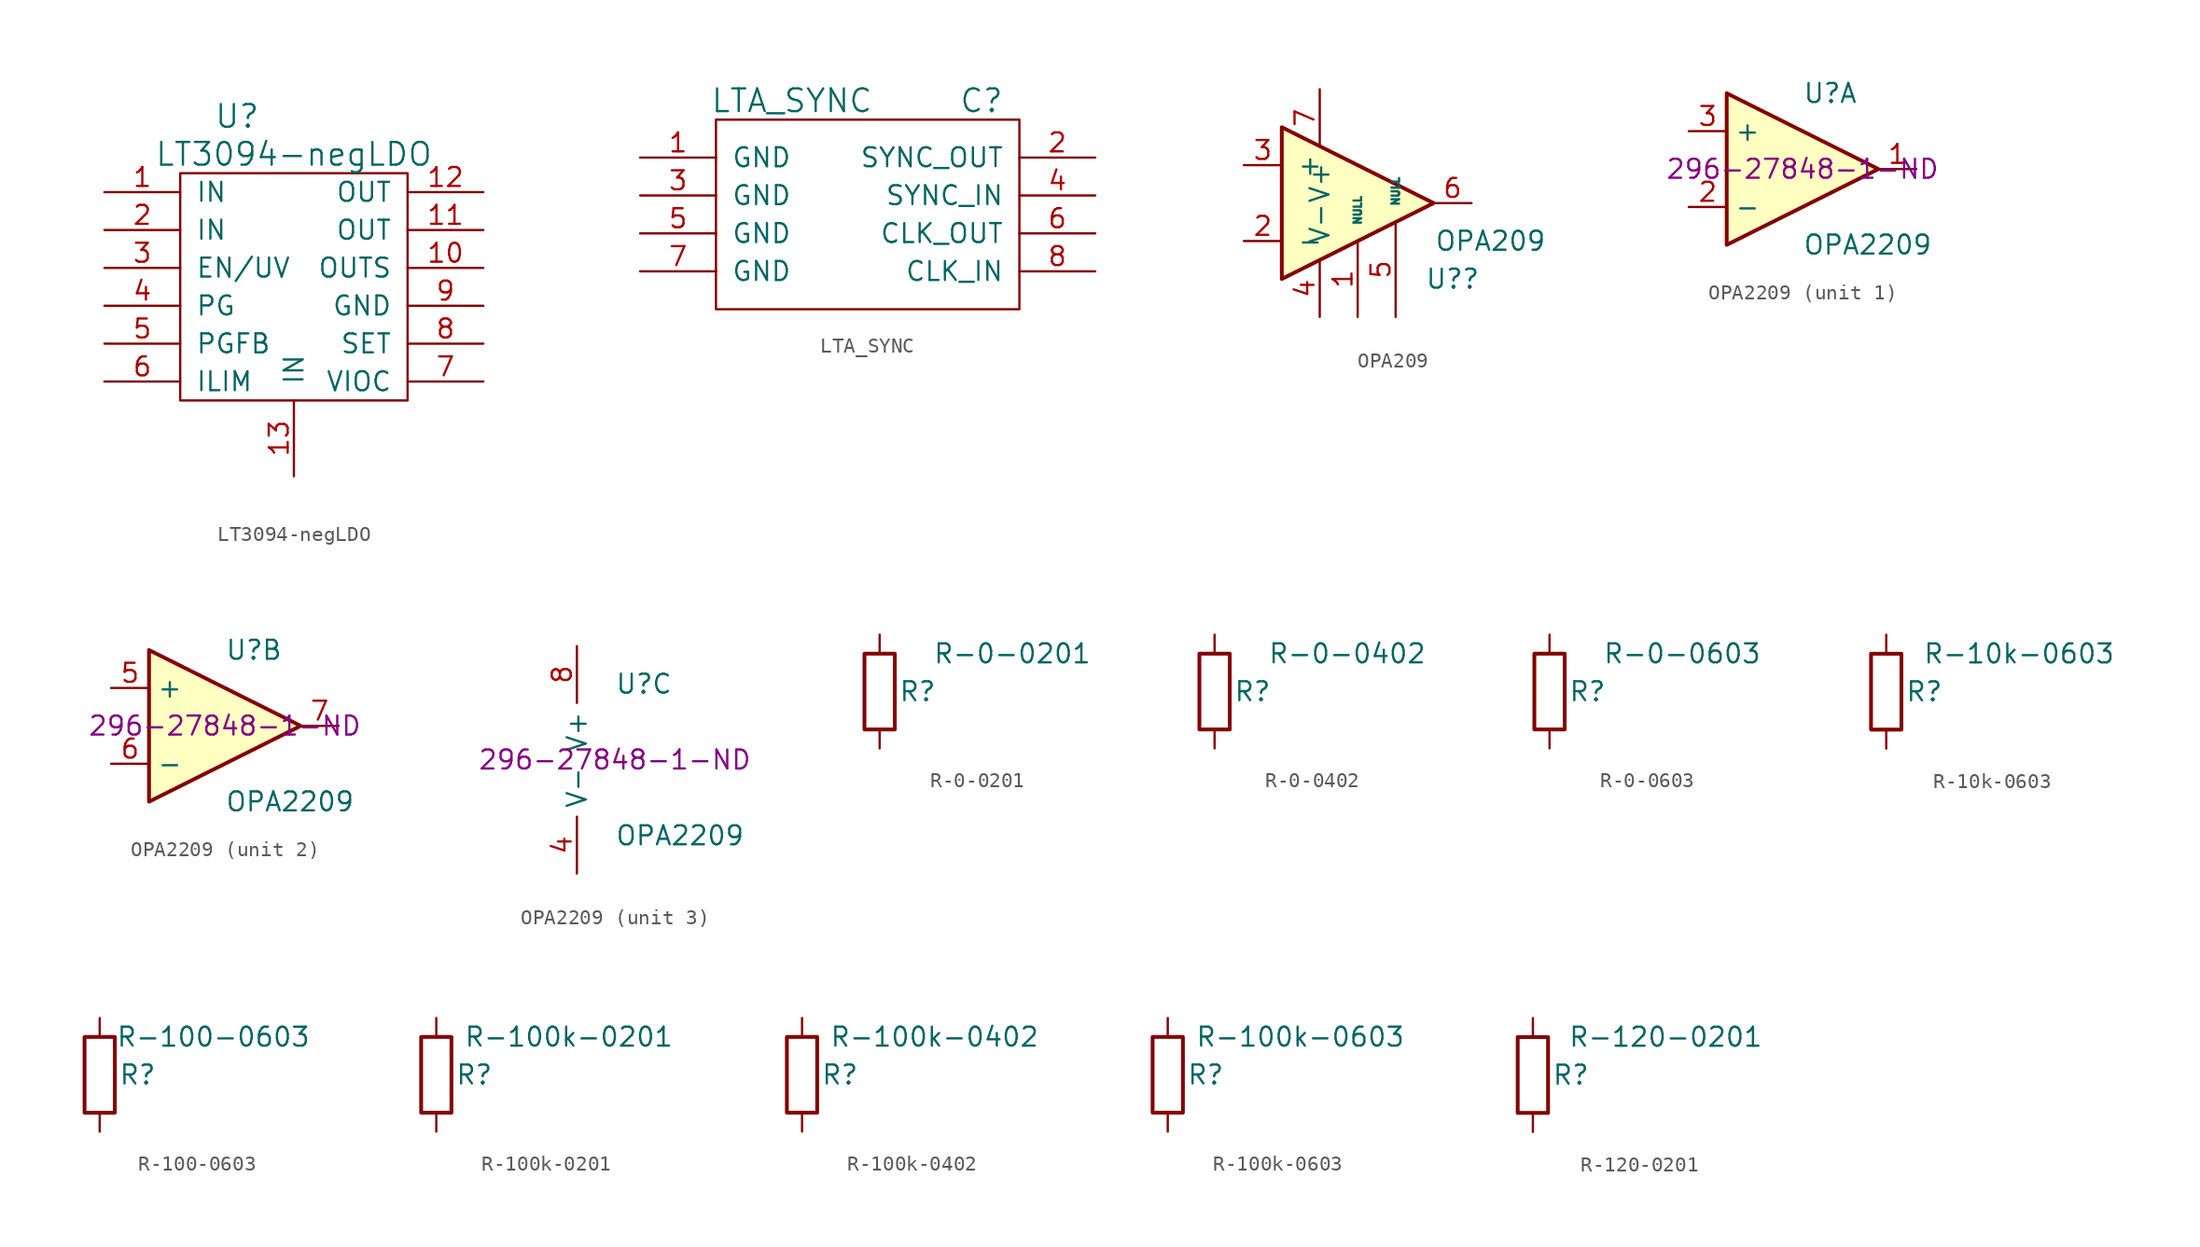
<source format=kicad_sym>
(kicad_symbol_lib
  (version 20220914)
  (generator kicad_symbol_editor)
  (symbol "LT3094-negLDO"
    (pin_names
      (offset 1.016))
    (property "Reference" "U"
      (at 8.89 5.08 0)
      (effects (font (size 1.524 1.524))))
    (property "Value" "LT3094-negLDO"
      (at 12.7 2.54 0)
      (effects (font (size 1.524 1.524))))
    (symbol "LT3094-negLDO_0_1"
      (rectangle (start 5.08 1.27) (end 20.32 -13.97) (stroke (width 0) (type default)) (fill (type none))))
    (symbol "LT3094-negLDO_1_1"
      (pin input line (at 0 0 0) (length 5.08) (name "IN" (effects (font (size 1.27 1.27)))) (number "1" (effects (font (size 1.27 1.27)))))
      (pin bidirectional line (at 25.4 -5.08 180) (length 5.08) (name "OUTS" (effects (font (size 1.27 1.27)))) (number "10" (effects (font (size 1.27 1.27)))))
      (pin output line (at 25.4 -2.54 180) (length 5.08) (name "OUT" (effects (font (size 1.27 1.27)))) (number "11" (effects (font (size 1.27 1.27)))))
      (pin output line (at 25.4 0 180) (length 5.08) (name "OUT" (effects (font (size 1.27 1.27)))) (number "12" (effects (font (size 1.27 1.27)))))
      (pin bidirectional line (at 12.7 -19.05 90) (length 5.08) (name "IN" (effects (font (size 1.27 1.27)))) (number "13" (effects (font (size 1.27 1.27)))))
      (pin input line (at 0 -2.54 0) (length 5.08) (name "IN" (effects (font (size 1.27 1.27)))) (number "2" (effects (font (size 1.27 1.27)))))
      (pin bidirectional line (at 0 -5.08 0) (length 5.08) (name "EN/UV" (effects (font (size 1.27 1.27)))) (number "3" (effects (font (size 1.27 1.27)))))
      (pin bidirectional line (at 0 -7.62 0) (length 5.08) (name "PG" (effects (font (size 1.27 1.27)))) (number "4" (effects (font (size 1.27 1.27)))))
      (pin bidirectional line (at 0 -10.16 0) (length 5.08) (name "PGFB" (effects (font (size 1.27 1.27)))) (number "5" (effects (font (size 1.27 1.27)))))
      (pin bidirectional line (at 0 -12.7 0) (length 5.08) (name "ILIM" (effects (font (size 1.27 1.27)))) (number "6" (effects (font (size 1.27 1.27)))))
      (pin bidirectional line (at 25.4 -12.7 180) (length 5.08) (name "VIOC" (effects (font (size 1.27 1.27)))) (number "7" (effects (font (size 1.27 1.27)))))
      (pin bidirectional line (at 25.4 -10.16 180) (length 5.08) (name "SET" (effects (font (size 1.27 1.27)))) (number "8" (effects (font (size 1.27 1.27)))))
      (pin bidirectional line (at 25.4 -7.62 180) (length 5.08) (name "GND" (effects (font (size 1.27 1.27)))) (number "9" (effects (font (size 1.27 1.27)))))))
  (symbol "LTA_SYNC"
    (pin_names
      (offset 1.016))
    (property "Reference" "C"
      (at 7.62 7.62 0)
      (effects (font (size 1.524 1.524))))
    (property "Value" "LTA_SYNC"
      (at -5.08 7.62 0)
      (effects (font (size 1.524 1.524))))
    (symbol "LTA_SYNC_0_1"
      (rectangle (start -10.16 6.35) (end 10.16 -6.35) (stroke (width 0) (type default)) (fill (type none))))
    (symbol "LTA_SYNC_1_1"
      (pin input line (at -15.24 3.81 0) (length 5.08) (name "GND" (effects (font (size 1.27 1.27)))) (number "1" (effects (font (size 1.27 1.27)))))
      (pin input line (at 15.24 3.81 180) (length 5.08) (name "SYNC_OUT" (effects (font (size 1.27 1.27)))) (number "2" (effects (font (size 1.27 1.27)))))
      (pin input line (at -15.24 1.27 0) (length 5.08) (name "GND" (effects (font (size 1.27 1.27)))) (number "3" (effects (font (size 1.27 1.27)))))
      (pin input line (at 15.24 1.27 180) (length 5.08) (name "SYNC_IN" (effects (font (size 1.27 1.27)))) (number "4" (effects (font (size 1.27 1.27)))))
      (pin input line (at -15.24 -1.27 0) (length 5.08) (name "GND" (effects (font (size 1.27 1.27)))) (number "5" (effects (font (size 1.27 1.27)))))
      (pin input line (at 15.24 -1.27 180) (length 5.08) (name "CLK_OUT" (effects (font (size 1.27 1.27)))) (number "6" (effects (font (size 1.27 1.27)))))
      (pin input line (at -15.24 -3.81 0) (length 5.08) (name "GND" (effects (font (size 1.27 1.27)))) (number "7" (effects (font (size 1.27 1.27)))))
      (pin input line (at 15.24 -3.81 180) (length 5.08) (name "CLK_IN" (effects (font (size 1.27 1.27)))) (number "8" (effects (font (size 1.27 1.27)))))))
  (symbol "OPA209"
    (pin_names
      (offset 1.016))
    (property "Reference" "U?"
      (at 7.62 -5.08 0)
      (effects (font (size 1.27 1.27))))
    (property "Value" "OPA209"
      (at 10.16 -2.54 0)
      (effects (font (size 1.27 1.27))))
    (symbol "OPA209_1_1"
      (polyline (pts (xy -3.81 5.08) (xy 6.35 0) (xy -3.81 -5.08) (xy -3.81 5.08)) (stroke (width 0.254) (type default)) (fill (type background)))
      (pin input line (at 1.27 -7.62 90) (length 5.08) (name "NULL" (effects (font (size 0.508 0.508)))) (number "1" (effects (font (size 1.27 1.27)))))
      (pin input line (at -6.35 -2.54 0) (length 2.54) (name "-" (effects (font (size 1.27 1.27)))) (number "2" (effects (font (size 1.27 1.27)))))
      (pin input line (at -6.35 2.54 0) (length 2.54) (name "+" (effects (font (size 1.27 1.27)))) (number "3" (effects (font (size 1.27 1.27)))))
      (pin power_in line (at -1.27 -7.62 90) (length 3.81) (name "V-" (effects (font (size 1.27 1.27)))) (number "4" (effects (font (size 1.27 1.27)))))
      (pin input line (at 3.81 -7.62 90) (length 6.35) (name "NULL" (effects (font (size 0.508 0.508)))) (number "5" (effects (font (size 1.27 1.27)))))
      (pin output line (at 8.89 0 180) (length 2.54) (name "~" (effects (font (size 1.27 1.27)))) (number "6" (effects (font (size 1.27 1.27)))))
      (pin power_in line (at -1.27 7.62 270) (length 3.81) (name "V+" (effects (font (size 1.27 1.27)))) (number "7" (effects (font (size 1.27 1.27)))))
      (pin no_connect line (at 1.27 2.54 270) (length 2.54) hide (name "NC" (effects (font (size 1.27 1.27)))) (number "8" (effects (font (size 1.27 1.27)))))))
  (symbol "OPA2209"
    (property "Reference" "U"
      (at 0 5.08 0)
      (effects (font (size 1.27 1.27)) (justify left)))
    (property "Value" "OPA2209"
      (at 0 -5.08 0)
      (effects (font (size 1.27 1.27)) (justify left)))
    (property "Digikey" "296-27848-1-ND"
      (at 0 0 0)
      (effects (font (size 1.27 1.27))))
    (property "ki_locked" ""
      (at 0 0 0)
      (effects (font (size 1.27 1.27))))
    (symbol "OPA2209_1_1"
      (polyline (pts (xy -5.08 5.08) (xy 5.08 0) (xy -5.08 -5.08) (xy -5.08 5.08)) (stroke (width 0.254) (type default)) (fill (type background)))
      (pin output line (at 7.62 0 180) (length 2.54) (name "~" (effects (font (size 1.27 1.27)))) (number "1" (effects (font (size 1.27 1.27)))))
      (pin input line (at -7.62 -2.54 0) (length 2.54) (name "-" (effects (font (size 1.27 1.27)))) (number "2" (effects (font (size 1.27 1.27)))))
      (pin input line (at -7.62 2.54 0) (length 2.54) (name "+" (effects (font (size 1.27 1.27)))) (number "3" (effects (font (size 1.27 1.27))))))
    (symbol "OPA2209_2_1"
      (polyline (pts (xy -5.08 5.08) (xy 5.08 0) (xy -5.08 -5.08) (xy -5.08 5.08)) (stroke (width 0.254) (type default)) (fill (type background)))
      (pin input line (at -7.62 2.54 0) (length 2.54) (name "+" (effects (font (size 1.27 1.27)))) (number "5" (effects (font (size 1.27 1.27)))))
      (pin input line (at -7.62 -2.54 0) (length 2.54) (name "-" (effects (font (size 1.27 1.27)))) (number "6" (effects (font (size 1.27 1.27)))))
      (pin output line (at 7.62 0 180) (length 2.54) (name "~" (effects (font (size 1.27 1.27)))) (number "7" (effects (font (size 1.27 1.27))))))
    (symbol "OPA2209_3_1"
      (pin power_in line (at -2.54 -7.62 90) (length 3.81) (name "V-" (effects (font (size 1.27 1.27)))) (number "4" (effects (font (size 1.27 1.27)))))
      (pin power_in line (at -2.54 7.62 270) (length 3.81) (name "V+" (effects (font (size 1.27 1.27)))) (number "8" (effects (font (size 1.27 1.27)))))))
  (symbol "R-0-0201"
    (pin_numbers hide)
    (pin_names
      (offset 0))
    (property "Reference" "R"
      (at 2.54 0 0)
      (effects (font (size 1.27 1.27))))
    (property "Value" "R-0-0201"
      (at 8.89 2.54 0)
      (effects (font (size 1.27 1.27))))
    (symbol "R-0-0201_0_1"
      (rectangle (start -1.016 -2.54) (end 1.016 2.54) (stroke (width 0.254) (type default)) (fill (type none))))
    (symbol "R-0-0201_1_1"
      (pin passive line (at 0 3.81 270) (length 1.27) (name "~" (effects (font (size 1.27 1.27)))) (number "1" (effects (font (size 1.27 1.27)))))
      (pin passive line (at 0 -3.81 90) (length 1.27) (name "~" (effects (font (size 1.27 1.27)))) (number "2" (effects (font (size 1.27 1.27)))))))
  (symbol "R-0-0402"
    (pin_numbers hide)
    (pin_names
      (offset 0))
    (property "Reference" "R"
      (at 2.54 0 0)
      (effects (font (size 1.27 1.27))))
    (property "Value" "R-0-0402"
      (at 8.89 2.54 0)
      (effects (font (size 1.27 1.27))))
    (symbol "R-0-0402_0_1"
      (rectangle (start -1.016 -2.54) (end 1.016 2.54) (stroke (width 0.254) (type default)) (fill (type none))))
    (symbol "R-0-0402_1_1"
      (pin passive line (at 0 3.81 270) (length 1.27) (name "~" (effects (font (size 1.27 1.27)))) (number "1" (effects (font (size 1.27 1.27)))))
      (pin passive line (at 0 -3.81 90) (length 1.27) (name "~" (effects (font (size 1.27 1.27)))) (number "2" (effects (font (size 1.27 1.27)))))))
  (symbol "R-0-0603"
    (pin_numbers hide)
    (pin_names
      (offset 0))
    (property "Reference" "R"
      (at 2.54 0 0)
      (effects (font (size 1.27 1.27))))
    (property "Value" "R-0-0603"
      (at 8.89 2.54 0)
      (effects (font (size 1.27 1.27))))
    (symbol "R-0-0603_0_1"
      (rectangle (start -1.016 -2.54) (end 1.016 2.54) (stroke (width 0.254) (type default)) (fill (type none))))
    (symbol "R-0-0603_1_1"
      (pin passive line (at 0 3.81 270) (length 1.27) (name "~" (effects (font (size 1.27 1.27)))) (number "1" (effects (font (size 1.27 1.27)))))
      (pin passive line (at 0 -3.81 90) (length 1.27) (name "~" (effects (font (size 1.27 1.27)))) (number "2" (effects (font (size 1.27 1.27)))))))
  (symbol "R-10k-0603"
    (pin_numbers hide)
    (pin_names
      (offset 0))
    (property "Reference" "R"
      (at 2.54 0 0)
      (effects (font (size 1.27 1.27))))
    (property "Value" "R-10k-0603"
      (at 8.89 2.54 0)
      (effects (font (size 1.27 1.27))))
    (symbol "R-10k-0603_0_1"
      (rectangle (start -1.016 -2.54) (end 1.016 2.54) (stroke (width 0.254) (type default)) (fill (type none))))
    (symbol "R-10k-0603_1_1"
      (pin passive line (at 0 3.81 270) (length 1.27) (name "~" (effects (font (size 1.27 1.27)))) (number "1" (effects (font (size 1.27 1.27)))))
      (pin passive line (at 0 -3.81 90) (length 1.27) (name "~" (effects (font (size 1.27 1.27)))) (number "2" (effects (font (size 1.27 1.27)))))))
  (symbol "R-100-0603"
    (pin_numbers hide)
    (pin_names
      (offset 0))
    (property "Reference" "R"
      (at 2.54 0 0)
      (effects (font (size 1.27 1.27))))
    (property "Value" "R-100-0603"
      (at 7.62 2.54 0)
      (effects (font (size 1.27 1.27))))
    (symbol "R-100-0603_0_1"
      (rectangle (start -1.016 -2.54) (end 1.016 2.54) (stroke (width 0.254) (type default)) (fill (type none))))
    (symbol "R-100-0603_1_1"
      (pin passive line (at 0 3.81 270) (length 1.27) (name "~" (effects (font (size 1.27 1.27)))) (number "1" (effects (font (size 1.27 1.27)))))
      (pin passive line (at 0 -3.81 90) (length 1.27) (name "~" (effects (font (size 1.27 1.27)))) (number "2" (effects (font (size 1.27 1.27)))))))
  (symbol "R-100k-0201"
    (pin_numbers hide)
    (pin_names
      (offset 0))
    (property "Reference" "R"
      (at 2.54 0 0)
      (effects (font (size 1.27 1.27))))
    (property "Value" "R-100k-0201"
      (at 8.89 2.54 0)
      (effects (font (size 1.27 1.27))))
    (symbol "R-100k-0201_0_1"
      (rectangle (start -1.016 -2.54) (end 1.016 2.54) (stroke (width 0.254) (type default)) (fill (type none))))
    (symbol "R-100k-0201_1_1"
      (pin passive line (at 0 3.81 270) (length 1.27) (name "~" (effects (font (size 1.27 1.27)))) (number "1" (effects (font (size 1.27 1.27)))))
      (pin passive line (at 0 -3.81 90) (length 1.27) (name "~" (effects (font (size 1.27 1.27)))) (number "2" (effects (font (size 1.27 1.27)))))))
  (symbol "R-100k-0402"
    (pin_numbers hide)
    (pin_names
      (offset 0))
    (property "Reference" "R"
      (at 2.54 0 0)
      (effects (font (size 1.27 1.27))))
    (property "Value" "R-100k-0402"
      (at 8.89 2.54 0)
      (effects (font (size 1.27 1.27))))
    (symbol "R-100k-0402_0_1"
      (rectangle (start -1.016 -2.54) (end 1.016 2.54) (stroke (width 0.254) (type default)) (fill (type none))))
    (symbol "R-100k-0402_1_1"
      (pin passive line (at 0 3.81 270) (length 1.27) (name "~" (effects (font (size 1.27 1.27)))) (number "1" (effects (font (size 1.27 1.27)))))
      (pin passive line (at 0 -3.81 90) (length 1.27) (name "~" (effects (font (size 1.27 1.27)))) (number "2" (effects (font (size 1.27 1.27)))))))
  (symbol "R-100k-0603"
    (pin_numbers hide)
    (pin_names
      (offset 0))
    (property "Reference" "R"
      (at 2.54 0 0)
      (effects (font (size 1.27 1.27))))
    (property "Value" "R-100k-0603"
      (at 8.89 2.54 0)
      (effects (font (size 1.27 1.27))))
    (symbol "R-100k-0603_0_1"
      (rectangle (start -1.016 -2.54) (end 1.016 2.54) (stroke (width 0.254) (type default)) (fill (type none))))
    (symbol "R-100k-0603_1_1"
      (pin passive line (at 0 3.81 270) (length 1.27) (name "~" (effects (font (size 1.27 1.27)))) (number "1" (effects (font (size 1.27 1.27)))))
      (pin passive line (at 0 -3.81 90) (length 1.27) (name "~" (effects (font (size 1.27 1.27)))) (number "2" (effects (font (size 1.27 1.27)))))))
  (symbol "R-120-0201"
    (pin_numbers hide)
    (pin_names
      (offset 0))
    (property "Reference" "R"
      (at 2.54 0 0)
      (effects (font (size 1.27 1.27))))
    (property "Value" "R-120-0201"
      (at 8.89 2.54 0)
      (effects (font (size 1.27 1.27))))
    (symbol "R-120-0201_0_1"
      (rectangle (start -1.016 -2.54) (end 1.016 2.54) (stroke (width 0.254) (type default)) (fill (type none))))
    (symbol "R-120-0201_1_1"
      (pin passive line (at 0 3.81 270) (length 1.27) (name "~" (effects (font (size 1.27 1.27)))) (number "1" (effects (font (size 1.27 1.27)))))
      (pin passive line (at 0 -3.81 90) (length 1.27) (name "~" (effects (font (size 1.27 1.27)))) (number "2" (effects (font (size 1.27 1.27))))))))
</source>
